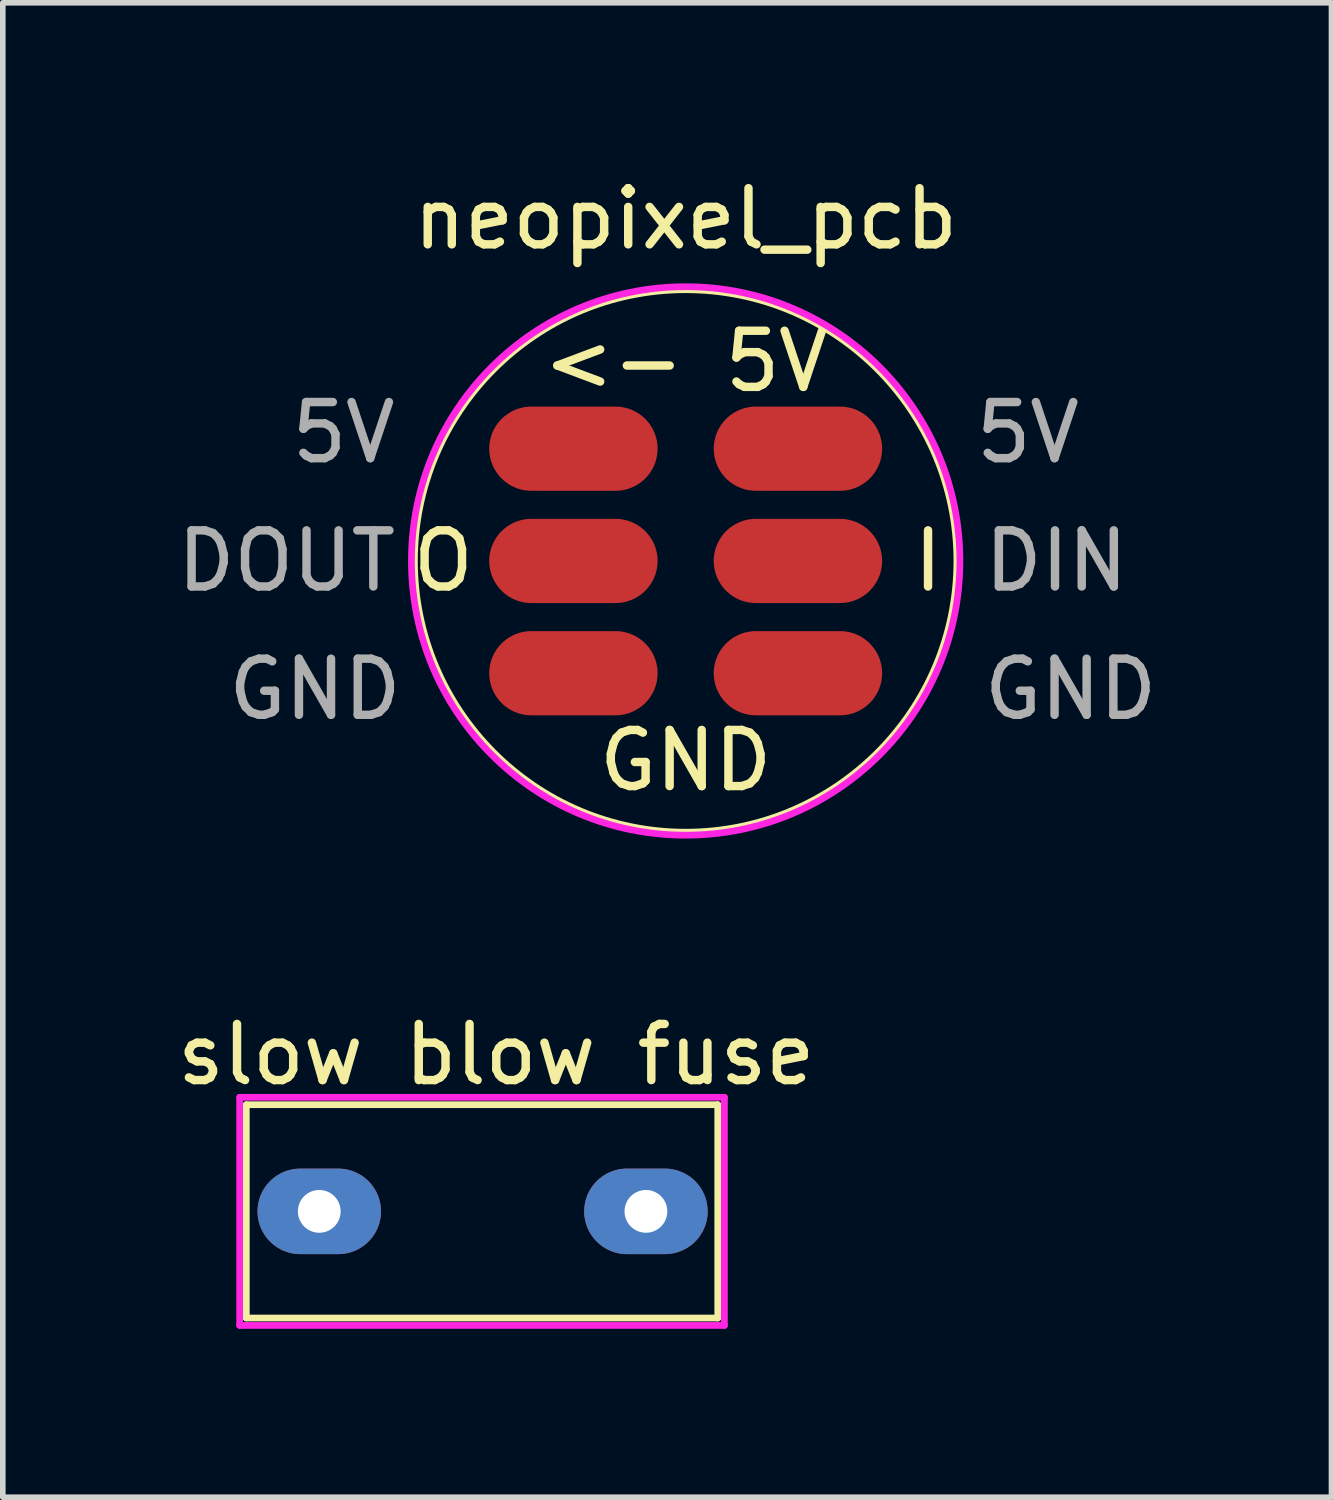
<source format=kicad_pcb>
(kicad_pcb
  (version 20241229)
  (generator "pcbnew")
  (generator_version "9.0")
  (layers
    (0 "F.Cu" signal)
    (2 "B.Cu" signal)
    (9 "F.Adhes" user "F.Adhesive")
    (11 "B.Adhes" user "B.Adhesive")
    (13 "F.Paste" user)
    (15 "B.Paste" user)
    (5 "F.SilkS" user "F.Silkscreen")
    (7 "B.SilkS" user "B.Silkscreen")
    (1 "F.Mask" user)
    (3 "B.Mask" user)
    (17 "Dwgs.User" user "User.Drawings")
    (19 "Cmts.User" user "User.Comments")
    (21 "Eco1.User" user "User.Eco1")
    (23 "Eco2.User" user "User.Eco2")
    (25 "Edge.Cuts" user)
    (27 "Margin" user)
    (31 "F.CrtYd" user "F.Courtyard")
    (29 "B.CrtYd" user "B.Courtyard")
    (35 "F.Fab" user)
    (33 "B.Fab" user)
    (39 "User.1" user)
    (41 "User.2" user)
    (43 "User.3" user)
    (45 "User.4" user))
  (footprint "slow blow fuse"
    (layer "F.Cu")
    (at 5.538 18.532)
    (property "Reference" "slow blow fuse" (at 0.254 -2.794 0) (layer "F.SilkS") (effects (font (size 1 1) (thickness 0.15))))
    (attr through_hole)
    (fp_line (start -4.2 -1.9) (end 4.2 -1.9) (stroke (width 0.12) (type solid)) (layer "F.SilkS"))
    (fp_line (start -4.2 1.9) (end -4.2 -1.9) (stroke (width 0.12) (type solid)) (layer "F.SilkS"))
    (fp_line (start 4.2 -1.9) (end 4.2 1.9) (stroke (width 0.12) (type solid)) (layer "F.SilkS"))
    (fp_line (start 4.2 1.9) (end -4.2 1.9) (stroke (width 0.12) (type solid)) (layer "F.SilkS"))
    (fp_line (start -4.318 -2.032) (end 4.318 -2.032) (stroke (width 0.12) (type solid)) (layer "F.CrtYd"))
    (fp_line (start -4.318 2.032) (end -4.318 -2.032) (stroke (width 0.12) (type solid)) (layer "F.CrtYd"))
    (fp_line (start 4.318 -2.032) (end 4.318 2.032) (stroke (width 0.12) (type solid)) (layer "F.CrtYd"))
    (fp_line (start 4.318 2.032) (end -4.318 2.032) (stroke (width 0.12) (type solid)) (layer "F.CrtYd"))
    (pad "1" thru_hole oval (at -2.9 0) (size 2.2 1.524) (drill 0.762) (layers "*.Cu" "*.Mask"))
    (pad "2" thru_hole oval (at 2.92 0) (size 2.2 1.524) (drill 0.762) (layers "*.Cu" "*.Mask")))
  (footprint "neopixel_pcb"
    (layer "F.Cu")
    (at 9.166 6.944)
    (property "Reference" "neopixel_pcb" (at 0 -6.096 0) (layer "F.SilkS") (effects (font (size 1 1) (thickness 0.15))))
    (attr through_hole)
    (fp_circle (center 0 0) (end 4.826 0.254) (stroke (width 0.12) (type solid)) (fill no) (layer "F.SilkS"))
    (fp_circle (center 0 0) (end 4.826 0.762) (stroke (width 0.12) (type solid)) (fill no) (layer "F.CrtYd"))
    (fp_text user "GND" (at 0 3.556 0) (layer "F.SilkS") (effects (font (size 1 1) (thickness 0.15))))
    (fp_text user "O" (at -4.318 0 0) (layer "F.SilkS") (effects (font (size 1 1) (thickness 0.15))))
    (fp_text user "I" (at 4.318 0 0) (layer "F.SilkS") (effects (font (size 1 1) (thickness 0.15))))
    (fp_text user "<- 5V" (at 0 -3.556 0) (layer "F.SilkS") (effects (font (size 1 1) (thickness 0.15))))
    (fp_text user "DOUT" (at -7.112 0 0) (layer "F.Fab") (effects (font (size 1 1) (thickness 0.15))))
    (fp_text user "5V" (at -6.096 -2.286 0) (layer "F.Fab") (effects (font (size 1 1) (thickness 0.15))))
    (fp_text user "GND" (at 6.858 2.286 0) (layer "F.Fab") (effects (font (size 1 1) (thickness 0.15))))
    (fp_text user "GND" (at -6.604 2.286 0) (layer "F.Fab") (effects (font (size 1 1) (thickness 0.15))))
    (fp_text user "5V" (at 6.096 -2.286 0) (layer "F.Fab") (effects (font (size 1 1) (thickness 0.15))))
    (fp_text user "DIN" (at 6.604 0 0) (layer "F.Fab") (effects (font (size 1 1) (thickness 0.15))))
    (pad "1" smd oval (at -2 -2) (size 3 1.5) (layers "F.Cu" "F.Mask" "F.Paste"))
    (pad "1" smd oval (at 2 -2) (size 3 1.5) (layers "F.Cu" "F.Mask" "F.Paste"))
    (pad "2" smd oval (at -2 0) (size 3 1.5) (layers "F.Cu" "F.Mask" "F.Paste"))
    (pad "3" smd oval (at -2 2) (size 3 1.5) (layers "F.Cu" "F.Mask" "F.Paste"))
    (pad "3" smd oval (at 2 2) (size 3 1.5) (layers "F.Cu" "F.Mask" "F.Paste"))
    (pad "4" smd oval (at 2 0) (size 3 1.5) (layers "F.Cu" "F.Mask" "F.Paste")))
  (gr_rect
    (start -3 -3)
    (end 20.672 23.624)
    (stroke (width 0.1) (type default))
    (fill no)
    (layer "Edge.Cuts")))
</source>
